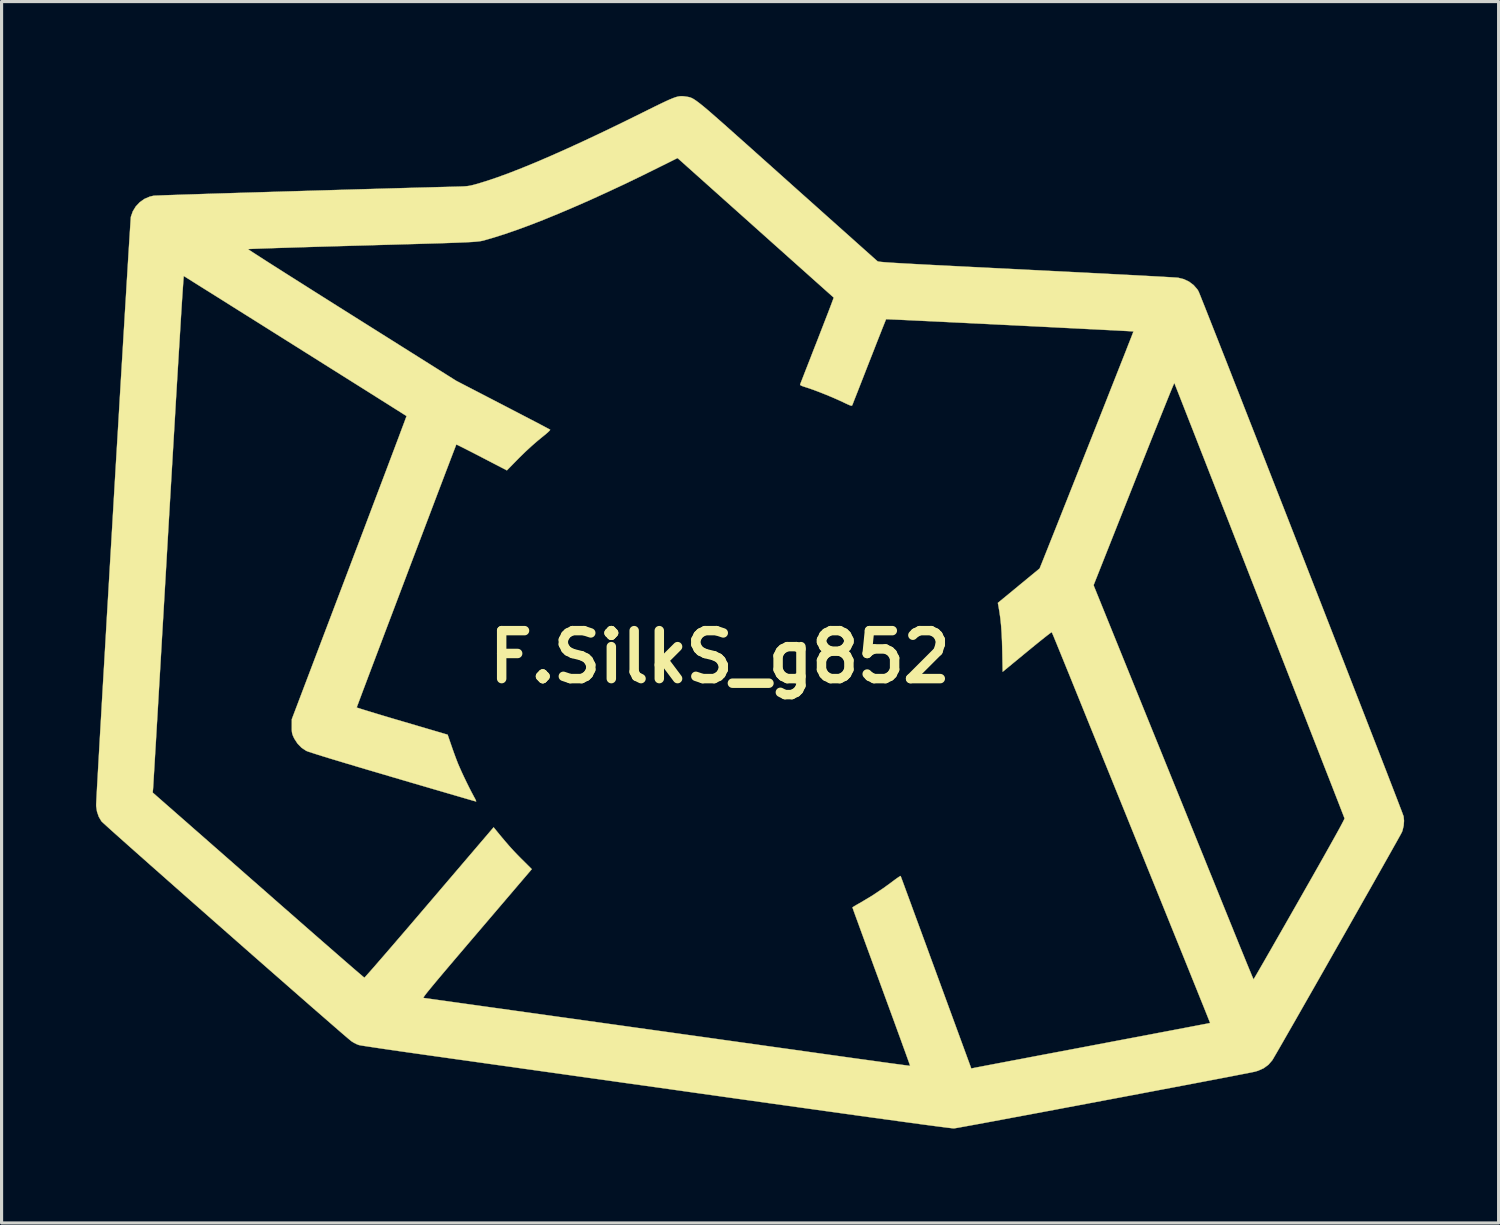
<source format=kicad_pcb>
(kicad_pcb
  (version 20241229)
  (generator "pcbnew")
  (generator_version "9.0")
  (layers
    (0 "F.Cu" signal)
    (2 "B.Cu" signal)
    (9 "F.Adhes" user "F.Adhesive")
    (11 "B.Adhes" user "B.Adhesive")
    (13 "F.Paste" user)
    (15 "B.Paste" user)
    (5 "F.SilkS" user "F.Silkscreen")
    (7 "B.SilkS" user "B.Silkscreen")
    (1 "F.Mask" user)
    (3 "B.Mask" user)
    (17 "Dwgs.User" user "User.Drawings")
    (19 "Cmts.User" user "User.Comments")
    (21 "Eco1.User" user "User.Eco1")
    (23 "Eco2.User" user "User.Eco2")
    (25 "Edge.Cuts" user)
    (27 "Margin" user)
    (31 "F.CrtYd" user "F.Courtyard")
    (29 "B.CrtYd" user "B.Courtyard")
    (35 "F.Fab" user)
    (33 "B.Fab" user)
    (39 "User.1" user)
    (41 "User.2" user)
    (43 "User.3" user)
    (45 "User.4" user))
  (footprint "F.SilkS_g852"
    (layer "F.Cu")
    (at 19.817 17.818)
    (property "Reference" "F.SilkS_g852" (at 0 0 0) (layer "F.SilkS") (effects (font (size 1.524 1.524) (thickness 0.3))))
    (attr through_hole)
    (fp_poly (pts (xy -1.181 -17.812) (xy -1.127 -17.807) (xy -1.074 -17.799) (xy -1.036 -17.793) (xy -1 -17.787) (xy -0.965 -17.779) (xy -0.929 -17.768) (xy -0.891 -17.752) (xy -0.848 -17.73) (xy -0.8 -17.7) (xy -0.744 -17.662) (xy -0.678 -17.613) (xy -0.601 -17.553) (xy -0.511 -17.48) (xy -0.406 -17.392) (xy -0.285 -17.288) (xy -0.146 -17.166) (xy 0.014 -17.026) (xy 0.195 -16.866) (xy 0.4 -16.683) (xy 0.63 -16.478) (xy 0.888 -16.249) (xy 1.174 -15.993) (xy 1.356 -15.83) (xy 1.662 -15.557) (xy 1.964 -15.287) (xy 2.262 -15.02) (xy 2.554 -14.759) (xy 2.839 -14.505) (xy 3.113 -14.26) (xy 3.376 -14.025) (xy 3.626 -13.802) (xy 3.861 -13.592) (xy 4.079 -13.398) (xy 4.279 -13.219) (xy 4.458 -13.059) (xy 4.616 -12.918) (xy 4.75 -12.799) (xy 4.858 -12.702) (xy 4.939 -12.63) (xy 4.992 -12.584) (xy 5.006 -12.571) (xy 5.013 -12.567) (xy 5.027 -12.562) (xy 5.048 -12.558) (xy 5.079 -12.553) (xy 5.121 -12.548) (xy 5.176 -12.543) (xy 5.245 -12.537) (xy 5.329 -12.531) (xy 5.432 -12.524) (xy 5.553 -12.516) (xy 5.695 -12.508) (xy 5.86 -12.498) (xy 6.049 -12.488) (xy 6.263 -12.476) (xy 6.505 -12.463) (xy 6.776 -12.449) (xy 7.077 -12.434) (xy 7.411 -12.417) (xy 7.778 -12.398) (xy 8.181 -12.378) (xy 8.62 -12.356) (xy 9.099 -12.332) (xy 9.618 -12.306) (xy 9.726 -12.3) (xy 10.17 -12.278) (xy 10.604 -12.256) (xy 11.026 -12.235) (xy 11.433 -12.214) (xy 11.825 -12.194) (xy 12.199 -12.175) (xy 12.553 -12.156) (xy 12.884 -12.139) (xy 13.192 -12.123) (xy 13.474 -12.108) (xy 13.728 -12.094) (xy 13.952 -12.082) (xy 14.144 -12.071) (xy 14.303 -12.062) (xy 14.425 -12.054) (xy 14.51 -12.049) (xy 14.554 -12.045) (xy 14.558 -12.045) (xy 14.739 -12) (xy 14.905 -11.921) (xy 15.05 -11.812) (xy 15.167 -11.678) (xy 15.203 -11.62) (xy 15.215 -11.593) (xy 15.242 -11.528) (xy 15.283 -11.426) (xy 15.337 -11.29) (xy 15.405 -11.121) (xy 15.484 -10.92) (xy 15.575 -10.69) (xy 15.677 -10.431) (xy 15.79 -10.145) (xy 15.912 -9.834) (xy 16.044 -9.5) (xy 16.184 -9.143) (xy 16.331 -8.766) (xy 16.487 -8.371) (xy 16.648 -7.958) (xy 16.816 -7.529) (xy 16.99 -7.086) (xy 17.168 -6.631) (xy 17.35 -6.165) (xy 17.536 -5.689) (xy 17.725 -5.206) (xy 17.917 -4.717) (xy 18.11 -4.223) (xy 18.304 -3.726) (xy 18.499 -3.227) (xy 18.693 -2.729) (xy 18.887 -2.232) (xy 19.08 -1.739) (xy 19.27 -1.251) (xy 19.458 -0.769) (xy 19.643 -0.295) (xy 19.824 0.169) (xy 20 0.622) (xy 20.171 1.062) (xy 20.337 1.487) (xy 20.497 1.897) (xy 20.649 2.289) (xy 20.794 2.662) (xy 20.931 3.014) (xy 21.059 3.344) (xy 21.178 3.65) (xy 21.286 3.931) (xy 21.384 4.184) (xy 21.471 4.409) (xy 21.546 4.604) (xy 21.608 4.767) (xy 21.658 4.896) (xy 21.693 4.99) (xy 21.714 5.048) (xy 21.721 5.067) (xy 21.734 5.206) (xy 21.723 5.359) (xy 21.688 5.508) (xy 21.669 5.562) (xy 21.654 5.59) (xy 21.62 5.654) (xy 21.567 5.749) (xy 21.497 5.875) (xy 21.41 6.029) (xy 21.309 6.209) (xy 21.195 6.412) (xy 21.068 6.637) (xy 20.93 6.881) (xy 20.783 7.142) (xy 20.627 7.418) (xy 20.463 7.706) (xy 20.294 8.005) (xy 20.12 8.312) (xy 19.942 8.626) (xy 19.762 8.943) (xy 19.58 9.262) (xy 19.399 9.58) (xy 19.22 9.896) (xy 19.043 10.207) (xy 18.87 10.511) (xy 18.702 10.805) (xy 18.54 11.089) (xy 18.387 11.358) (xy 18.242 11.612) (xy 18.107 11.847) (xy 17.983 12.063) (xy 17.873 12.256) (xy 17.776 12.424) (xy 17.694 12.566) (xy 17.628 12.679) (xy 17.581 12.76) (xy 17.552 12.808) (xy 17.545 12.818) (xy 17.426 12.956) (xy 17.276 13.066) (xy 17.096 13.146) (xy 16.994 13.176) (xy 16.95 13.185) (xy 16.867 13.202) (xy 16.748 13.226) (xy 16.595 13.255) (xy 16.41 13.291) (xy 16.196 13.333) (xy 15.955 13.379) (xy 15.689 13.43) (xy 15.4 13.485) (xy 15.092 13.544) (xy 14.765 13.606) (xy 14.423 13.671) (xy 14.067 13.738) (xy 13.7 13.808) (xy 13.325 13.879) (xy 12.942 13.951) (xy 12.556 14.024) (xy 12.168 14.097) (xy 11.779 14.17) (xy 11.394 14.243) (xy 11.013 14.314) (xy 10.64 14.385) (xy 10.276 14.453) (xy 9.923 14.519) (xy 9.585 14.582) (xy 9.263 14.642) (xy 8.96 14.699) (xy 8.677 14.752) (xy 8.418 14.8) (xy 8.184 14.843) (xy 7.977 14.881) (xy 7.801 14.913) (xy 7.657 14.939) (xy 7.547 14.959) (xy 7.475 14.971) (xy 7.441 14.976) (xy 7.44 14.977) (xy 7.407 14.975) (xy 7.336 14.967) (xy 7.227 14.954) (xy 7.078 14.935) (xy 6.891 14.911) (xy 6.665 14.881) (xy 6.399 14.846) (xy 6.095 14.804) (xy 5.75 14.757) (xy 5.365 14.704) (xy 4.941 14.646) (xy 4.476 14.582) (xy 3.97 14.511) (xy 3.424 14.435) (xy 2.837 14.353) (xy 2.208 14.265) (xy 1.539 14.172) (xy 0.828 14.072) (xy 0.328 14.002) (xy -0.239 13.922) (xy -0.809 13.842) (xy -1.38 13.761) (xy -1.949 13.681) (xy -2.514 13.602) (xy -3.072 13.524) (xy -3.622 13.446) (xy -4.161 13.371) (xy -4.687 13.297) (xy -5.197 13.225) (xy -5.689 13.156) (xy -6.161 13.09) (xy -6.61 13.026) (xy -7.035 12.967) (xy -7.433 12.911) (xy -7.801 12.859) (xy -8.137 12.812) (xy -8.439 12.77) (xy -8.705 12.732) (xy -8.932 12.7) (xy -9.012 12.689) (xy -9.325 12.645) (xy -9.627 12.602) (xy -9.917 12.561) (xy -10.19 12.522) (xy -10.445 12.485) (xy -10.678 12.451) (xy -10.886 12.42) (xy -11.068 12.393) (xy -11.219 12.37) (xy -11.338 12.352) (xy -11.421 12.338) (xy -11.465 12.329) (xy -11.47 12.328) (xy -11.543 12.299) (xy -11.629 12.255) (xy -11.698 12.212) (xy -11.729 12.187) (xy -11.79 12.137) (xy -11.879 12.061) (xy -11.995 11.962) (xy -12.135 11.841) (xy -12.298 11.699) (xy -12.482 11.539) (xy -12.686 11.361) (xy -12.909 11.168) (xy -13.147 10.959) (xy -13.4 10.738) (xy -13.666 10.505) (xy -13.943 10.262) (xy -14.23 10.011) (xy -14.525 9.752) (xy -14.826 9.488) (xy -15.132 9.219) (xy -15.44 8.948) (xy -15.75 8.675) (xy -16.06 8.403) (xy -16.367 8.132) (xy -16.671 7.865) (xy -16.969 7.602) (xy -17.26 7.345) (xy -17.542 7.096) (xy -17.813 6.856) (xy -18.073 6.627) (xy -18.318 6.409) (xy -18.549 6.205) (xy -18.762 6.016) (xy -18.956 5.843) (xy -19.129 5.689) (xy -19.281 5.553) (xy -19.408 5.439) (xy -19.51 5.346) (xy -19.585 5.278) (xy -19.631 5.235) (xy -19.645 5.22) (xy -19.729 5.078) (xy -19.785 4.915) (xy -19.811 4.744) (xy -19.812 4.704) (xy -19.811 4.667) (xy -19.807 4.588) (xy -19.801 4.472) (xy -19.793 4.318) (xy -19.792 4.308) (xy -18.018 4.308) (xy -17.534 4.733) (xy -17.466 4.792) (xy -17.368 4.878) (xy -17.243 4.988) (xy -17.091 5.121) (xy -16.916 5.274) (xy -16.719 5.448) (xy -16.501 5.638) (xy -16.266 5.845) (xy -16.014 6.066) (xy -15.748 6.299) (xy -15.47 6.543) (xy -15.182 6.796) (xy -14.886 7.056) (xy -14.583 7.321) (xy -14.276 7.591) (xy -14.184 7.672) (xy -13.884 7.935) (xy -13.592 8.19) (xy -13.311 8.437) (xy -13.041 8.673) (xy -12.785 8.897) (xy -12.543 9.108) (xy -12.318 9.304) (xy -12.11 9.485) (xy -11.923 9.648) (xy -11.756 9.793) (xy -11.613 9.917) (xy -11.493 10.02) (xy -11.4 10.099) (xy -11.335 10.155) (xy -11.298 10.184) (xy -11.291 10.189) (xy -11.275 10.174) (xy -11.233 10.128) (xy -11.166 10.053) (xy -11.076 9.951) (xy -10.965 9.825) (xy -10.835 9.674) (xy -10.686 9.503) (xy -10.52 9.311) (xy -10.339 9.101) (xy -10.145 8.875) (xy -9.938 8.635) (xy -9.721 8.381) (xy -9.495 8.117) (xy -9.261 7.843) (xy -9.226 7.802) (xy -7.186 5.413) (xy -7.119 5.495) (xy -6.96 5.69) (xy -6.819 5.857) (xy -6.692 6.004) (xy -6.572 6.137) (xy -6.453 6.263) (xy -6.33 6.389) (xy -6.294 6.424) (xy -5.974 6.742) (xy -7.717 8.785) (xy -7.976 9.088) (xy -8.209 9.362) (xy -8.417 9.606) (xy -8.601 9.823) (xy -8.762 10.013) (xy -8.902 10.179) (xy -9.023 10.323) (xy -9.124 10.445) (xy -9.208 10.547) (xy -9.276 10.63) (xy -9.329 10.697) (xy -9.368 10.749) (xy -9.395 10.787) (xy -9.411 10.812) (xy -9.416 10.827) (xy -9.414 10.833) (xy -9.413 10.833) (xy -9.387 10.837) (xy -9.322 10.846) (xy -9.219 10.86) (xy -9.08 10.88) (xy -8.908 10.904) (xy -8.705 10.932) (xy -8.473 10.965) (xy -8.213 11.001) (xy -7.929 11.041) (xy -7.621 11.084) (xy -7.293 11.13) (xy -6.947 11.178) (xy -6.584 11.229) (xy -6.207 11.282) (xy -5.817 11.336) (xy -5.588 11.368) (xy -5.163 11.428) (xy -4.732 11.488) (xy -4.297 11.549) (xy -3.863 11.61) (xy -3.433 11.67) (xy -3.011 11.729) (xy -2.6 11.787) (xy -2.203 11.842) (xy -1.824 11.895) (xy -1.467 11.945) (xy -1.135 11.992) (xy -0.831 12.034) (xy -0.56 12.072) (xy -0.324 12.105) (xy -0.159 12.128) (xy 0.107 12.166) (xy 0.409 12.208) (xy 0.74 12.255) (xy 1.095 12.304) (xy 1.468 12.357) (xy 1.853 12.411) (xy 2.243 12.465) (xy 2.633 12.52) (xy 3.016 12.574) (xy 3.386 12.626) (xy 3.738 12.675) (xy 3.765 12.679) (xy 4.07 12.722) (xy 4.363 12.763) (xy 4.642 12.801) (xy 4.903 12.837) (xy 5.144 12.871) (xy 5.363 12.901) (xy 5.556 12.927) (xy 5.721 12.949) (xy 5.855 12.967) (xy 5.955 12.98) (xy 6.02 12.988) (xy 6.045 12.991) (xy 6.045 12.991) (xy 6.039 12.97) (xy 6.019 12.913) (xy 5.986 12.82) (xy 5.941 12.695) (xy 5.885 12.539) (xy 5.818 12.356) (xy 5.743 12.147) (xy 5.658 11.915) (xy 5.566 11.662) (xy 5.467 11.391) (xy 5.362 11.104) (xy 5.252 10.804) (xy 5.138 10.492) (xy 5.132 10.476) (xy 5.018 10.164) (xy 4.907 9.863) (xy 4.802 9.575) (xy 4.702 9.303) (xy 4.609 9.049) (xy 4.524 8.816) (xy 4.447 8.605) (xy 4.38 8.42) (xy 4.322 8.263) (xy 4.276 8.136) (xy 4.242 8.041) (xy 4.221 7.981) (xy 4.213 7.959) (xy 4.213 7.959) (xy 4.231 7.945) (xy 4.279 7.915) (xy 4.35 7.873) (xy 4.438 7.823) (xy 4.461 7.811) (xy 4.83 7.59) (xy 5.205 7.34) (xy 5.466 7.149) (xy 5.557 7.081) (xy 5.636 7.024) (xy 5.697 6.983) (xy 5.734 6.961) (xy 5.743 6.96) (xy 5.751 6.981) (xy 5.773 7.04) (xy 5.808 7.134) (xy 5.855 7.261) (xy 5.913 7.42) (xy 5.982 7.607) (xy 6.061 7.822) (xy 6.148 8.061) (xy 6.244 8.322) (xy 6.348 8.604) (xy 6.458 8.904) (xy 6.574 9.219) (xy 6.694 9.549) (xy 6.82 9.89) (xy 6.869 10.025) (xy 7.987 13.075) (xy 8.063 13.059) (xy 8.091 13.053) (xy 8.159 13.04) (xy 8.264 13.02) (xy 8.405 12.993) (xy 8.578 12.96) (xy 8.783 12.921) (xy 9.016 12.877) (xy 9.276 12.827) (xy 9.56 12.774) (xy 9.867 12.715) (xy 10.193 12.653) (xy 10.538 12.588) (xy 10.899 12.52) (xy 11.273 12.449) (xy 11.659 12.376) (xy 11.853 12.339) (xy 12.243 12.265) (xy 12.622 12.193) (xy 12.987 12.124) (xy 13.337 12.058) (xy 13.669 11.995) (xy 13.982 11.935) (xy 14.273 11.88) (xy 14.54 11.829) (xy 14.781 11.783) (xy 14.995 11.742) (xy 15.178 11.707) (xy 15.329 11.678) (xy 15.446 11.656) (xy 15.526 11.64) (xy 15.569 11.632) (xy 15.575 11.63) (xy 15.567 11.611) (xy 15.545 11.553) (xy 15.508 11.46) (xy 15.457 11.332) (xy 15.393 11.172) (xy 15.316 10.981) (xy 15.227 10.761) (xy 15.128 10.514) (xy 15.017 10.24) (xy 14.897 9.942) (xy 14.768 9.622) (xy 14.63 9.281) (xy 14.484 8.921) (xy 14.331 8.543) (xy 14.172 8.149) (xy 14.007 7.741) (xy 13.837 7.321) (xy 13.662 6.89) (xy 13.609 6.76) (xy 13.426 6.306) (xy 13.242 5.853) (xy 13.059 5.402) (xy 12.879 4.956) (xy 12.701 4.518) (xy 12.527 4.088) (xy 12.358 3.671) (xy 12.194 3.268) (xy 12.038 2.881) (xy 11.889 2.513) (xy 11.748 2.167) (xy 11.617 1.843) (xy 11.497 1.546) (xy 11.388 1.277) (xy 11.291 1.038) (xy 11.208 0.833) (xy 11.139 0.662) (xy 11.098 0.561) (xy 11.006 0.336) (xy 10.919 0.122) (xy 10.838 -0.077) (xy 10.764 -0.258) (xy 10.699 -0.418) (xy 10.643 -0.553) (xy 10.599 -0.661) (xy 10.566 -0.737) (xy 10.548 -0.779) (xy 10.544 -0.787) (xy 10.526 -0.777) (xy 10.478 -0.742) (xy 10.404 -0.686) (xy 10.307 -0.61) (xy 10.191 -0.517) (xy 10.058 -0.41) (xy 9.912 -0.291) (xy 9.758 -0.165) (xy 8.985 0.472) (xy 8.972 -0.193) (xy 8.964 -0.496) (xy 8.951 -0.765) (xy 8.934 -1.007) (xy 8.911 -1.229) (xy 8.881 -1.439) (xy 8.851 -1.615) (xy 8.832 -1.716) (xy 9.491 -2.258) (xy 9.513 -2.277) (xy 11.872 -2.277) (xy 13.781 2.434) (xy 13.964 2.884) (xy 14.147 3.336) (xy 14.33 3.788) (xy 14.512 4.236) (xy 14.692 4.679) (xy 14.868 5.114) (xy 15.04 5.539) (xy 15.206 5.95) (xy 15.367 6.345) (xy 15.519 6.723) (xy 15.664 7.079) (xy 15.799 7.413) (xy 15.923 7.72) (xy 16.036 7.999) (xy 16.137 8.248) (xy 16.224 8.463) (xy 16.297 8.642) (xy 16.317 8.694) (xy 16.416 8.937) (xy 16.509 9.168) (xy 16.598 9.384) (xy 16.679 9.583) (xy 16.752 9.762) (xy 16.816 9.917) (xy 16.869 10.045) (xy 16.91 10.144) (xy 16.939 10.211) (xy 16.953 10.242) (xy 16.954 10.244) (xy 16.966 10.226) (xy 16.997 10.173) (xy 17.047 10.088) (xy 17.114 9.972) (xy 17.197 9.828) (xy 17.296 9.657) (xy 17.407 9.463) (xy 17.532 9.246) (xy 17.667 9.009) (xy 17.813 8.754) (xy 17.968 8.483) (xy 18.13 8.199) (xy 18.299 7.903) (xy 18.412 7.704) (xy 18.64 7.303) (xy 18.848 6.938) (xy 19.034 6.609) (xy 19.201 6.314) (xy 19.347 6.053) (xy 19.474 5.826) (xy 19.582 5.632) (xy 19.671 5.471) (xy 19.741 5.341) (xy 19.793 5.242) (xy 19.827 5.174) (xy 19.843 5.136) (xy 19.845 5.128) (xy 19.831 5.092) (xy 19.803 5.019) (xy 19.761 4.911) (xy 19.706 4.769) (xy 19.639 4.596) (xy 19.559 4.392) (xy 19.469 4.16) (xy 19.368 3.901) (xy 19.257 3.618) (xy 19.137 3.311) (xy 19.009 2.982) (xy 18.873 2.634) (xy 18.73 2.268) (xy 18.581 1.885) (xy 18.425 1.488) (xy 18.265 1.078) (xy 18.1 0.656) (xy 17.932 0.225) (xy 17.761 -0.213) (xy 17.587 -0.658) (xy 17.411 -1.107) (xy 17.235 -1.558) (xy 17.058 -2.011) (xy 16.881 -2.462) (xy 16.706 -2.911) (xy 16.532 -3.356) (xy 16.36 -3.795) (xy 16.192 -4.226) (xy 16.027 -4.647) (xy 15.866 -5.057) (xy 15.711 -5.455) (xy 15.561 -5.837) (xy 15.418 -6.204) (xy 15.281 -6.552) (xy 15.153 -6.881) (xy 15.033 -7.188) (xy 14.921 -7.472) (xy 14.82 -7.731) (xy 14.729 -7.963) (xy 14.649 -8.167) (xy 14.581 -8.34) (xy 14.525 -8.482) (xy 14.482 -8.591) (xy 14.454 -8.664) (xy 14.439 -8.7) (xy 14.438 -8.704) (xy 14.429 -8.686) (xy 14.405 -8.631) (xy 14.367 -8.54) (xy 14.316 -8.417) (xy 14.253 -8.262) (xy 14.179 -8.078) (xy 14.094 -7.867) (xy 13.999 -7.631) (xy 13.895 -7.372) (xy 13.783 -7.093) (xy 13.664 -6.794) (xy 13.538 -6.478) (xy 13.407 -6.148) (xy 13.27 -5.804) (xy 13.149 -5.497) (xy 11.872 -2.277) (xy 9.513 -2.277) (xy 9.634 -2.376) (xy 9.767 -2.486) (xy 9.886 -2.584) (xy 9.988 -2.668) (xy 10.069 -2.734) (xy 10.125 -2.781) (xy 10.154 -2.804) (xy 10.157 -2.807) (xy 10.166 -2.827) (xy 10.189 -2.884) (xy 10.226 -2.976) (xy 10.276 -3.1) (xy 10.337 -3.254) (xy 10.41 -3.436) (xy 10.492 -3.643) (xy 10.584 -3.873) (xy 10.684 -4.124) (xy 10.791 -4.394) (xy 10.904 -4.679) (xy 11.023 -4.978) (xy 11.146 -5.289) (xy 11.273 -5.609) (xy 11.402 -5.935) (xy 11.533 -6.267) (xy 11.665 -6.6) (xy 11.797 -6.933) (xy 11.928 -7.263) (xy 12.057 -7.589) (xy 12.183 -7.907) (xy 12.305 -8.216) (xy 12.422 -8.514) (xy 12.534 -8.797) (xy 12.639 -9.063) (xy 12.737 -9.311) (xy 12.827 -9.538) (xy 12.907 -9.741) (xy 12.976 -9.919) (xy 13.035 -10.068) (xy 13.082 -10.187) (xy 13.115 -10.274) (xy 13.135 -10.325) (xy 13.14 -10.339) (xy 13.118 -10.341) (xy 13.056 -10.345) (xy 12.958 -10.351) (xy 12.824 -10.358) (xy 12.659 -10.367) (xy 12.464 -10.377) (xy 12.242 -10.388) (xy 11.995 -10.401) (xy 11.726 -10.414) (xy 11.438 -10.429) (xy 11.134 -10.444) (xy 10.814 -10.46) (xy 10.483 -10.477) (xy 10.143 -10.494) (xy 9.796 -10.511) (xy 9.444 -10.529) (xy 9.091 -10.546) (xy 8.739 -10.563) (xy 8.39 -10.581) (xy 8.047 -10.597) (xy 7.713 -10.614) (xy 7.39 -10.629) (xy 7.08 -10.645) (xy 6.786 -10.659) (xy 6.511 -10.672) (xy 6.257 -10.684) (xy 6.026 -10.695) (xy 5.822 -10.705) (xy 5.647 -10.713) (xy 5.503 -10.719) (xy 5.393 -10.724) (xy 5.319 -10.727) (xy 5.284 -10.728) (xy 5.281 -10.728) (xy 5.272 -10.707) (xy 5.249 -10.65) (xy 5.213 -10.56) (xy 5.165 -10.441) (xy 5.108 -10.295) (xy 5.041 -10.126) (xy 4.966 -9.936) (xy 4.886 -9.73) (xy 4.8 -9.511) (xy 4.751 -9.387) (xy 4.662 -9.16) (xy 4.578 -8.944) (xy 4.499 -8.742) (xy 4.427 -8.558) (xy 4.363 -8.394) (xy 4.308 -8.255) (xy 4.264 -8.144) (xy 4.233 -8.063) (xy 4.215 -8.017) (xy 4.211 -8.007) (xy 4.203 -7.99) (xy 4.19 -7.981) (xy 4.167 -7.982) (xy 4.128 -7.995) (xy 4.065 -8.022) (xy 3.975 -8.064) (xy 3.907 -8.097) (xy 3.741 -8.173) (xy 3.557 -8.253) (xy 3.364 -8.333) (xy 3.173 -8.409) (xy 2.993 -8.477) (xy 2.835 -8.533) (xy 2.735 -8.565) (xy 2.642 -8.595) (xy 2.583 -8.619) (xy 2.555 -8.638) (xy 2.551 -8.656) (xy 2.551 -8.657) (xy 2.561 -8.681) (xy 2.584 -8.742) (xy 2.621 -8.836) (xy 2.669 -8.959) (xy 2.727 -9.109) (xy 2.795 -9.282) (xy 2.87 -9.474) (xy 2.951 -9.683) (xy 3.038 -9.905) (xy 3.095 -10.049) (xy 3.183 -10.277) (xy 3.267 -10.493) (xy 3.345 -10.694) (xy 3.416 -10.877) (xy 3.478 -11.038) (xy 3.53 -11.175) (xy 3.571 -11.285) (xy 3.6 -11.363) (xy 3.615 -11.407) (xy 3.617 -11.416) (xy 3.6 -11.431) (xy 3.553 -11.473) (xy 3.479 -11.539) (xy 3.38 -11.627) (xy 3.258 -11.736) (xy 3.116 -11.863) (xy 2.954 -12.007) (xy 2.777 -12.166) (xy 2.585 -12.337) (xy 2.381 -12.519) (xy 2.167 -12.71) (xy 1.946 -12.908) (xy 1.719 -13.11) (xy 1.489 -13.316) (xy 1.257 -13.523) (xy 1.027 -13.729) (xy 0.8 -13.932) (xy 0.578 -14.13) (xy 0.363 -14.322) (xy 0.158 -14.505) (xy -0.035 -14.678) (xy -0.148 -14.779) (xy -1.344 -15.848) (xy -1.91 -15.566) (xy -2.482 -15.283) (xy -3.042 -15.013) (xy -3.589 -14.758) (xy -4.119 -14.516) (xy -4.632 -14.291) (xy -5.123 -14.082) (xy -5.592 -13.89) (xy -6.036 -13.717) (xy -6.452 -13.564) (xy -6.838 -13.431) (xy -7.192 -13.319) (xy -7.365 -13.269) (xy -7.405 -13.258) (xy -7.44 -13.247) (xy -7.472 -13.238) (xy -7.504 -13.229) (xy -7.536 -13.221) (xy -7.571 -13.214) (xy -7.611 -13.207) (xy -7.657 -13.201) (xy -7.711 -13.195) (xy -7.776 -13.189) (xy -7.853 -13.183) (xy -7.945 -13.178) (xy -8.052 -13.172) (xy -8.176 -13.167) (xy -8.321 -13.161) (xy -8.487 -13.155) (xy -8.676 -13.148) (xy -8.891 -13.141) (xy -9.133 -13.134) (xy -9.404 -13.126) (xy -9.705 -13.117) (xy -10.04 -13.108) (xy -10.409 -13.097) (xy -10.815 -13.086) (xy -11.259 -13.073) (xy -11.743 -13.06) (xy -11.79 -13.058) (xy -12.154 -13.048) (xy -12.506 -13.038) (xy -12.845 -13.028) (xy -13.167 -13.018) (xy -13.471 -13.009) (xy -13.754 -13) (xy -14.014 -12.992) (xy -14.248 -12.984) (xy -14.454 -12.977) (xy -14.631 -12.971) (xy -14.775 -12.966) (xy -14.884 -12.961) (xy -14.956 -12.958) (xy -14.989 -12.956) (xy -14.991 -12.955) (xy -14.975 -12.943) (xy -14.925 -12.909) (xy -14.842 -12.855) (xy -14.729 -12.782) (xy -14.587 -12.691) (xy -14.418 -12.582) (xy -14.224 -12.458) (xy -14.006 -12.32) (xy -13.766 -12.167) (xy -13.506 -12.003) (xy -13.228 -11.827) (xy -12.933 -11.64) (xy -12.624 -11.445) (xy -12.301 -11.241) (xy -11.967 -11.031) (xy -11.689 -10.856) (xy -8.371 -8.769) (xy -6.89 -8.002) (xy -6.657 -7.881) (xy -6.435 -7.766) (xy -6.226 -7.657) (xy -6.034 -7.557) (xy -5.862 -7.468) (xy -5.712 -7.389) (xy -5.587 -7.323) (xy -5.491 -7.272) (xy -5.425 -7.237) (xy -5.393 -7.22) (xy -5.39 -7.218) (xy -5.399 -7.199) (xy -5.436 -7.161) (xy -5.495 -7.107) (xy -5.57 -7.044) (xy -5.581 -7.036) (xy -5.786 -6.868) (xy -5.979 -6.7) (xy -6.17 -6.524) (xy -6.371 -6.328) (xy -6.467 -6.23) (xy -6.765 -5.926) (xy -7.564 -6.341) (xy -7.734 -6.429) (xy -7.891 -6.51) (xy -8.033 -6.582) (xy -8.155 -6.644) (xy -8.254 -6.693) (xy -8.325 -6.728) (xy -8.365 -6.746) (xy -8.372 -6.748) (xy -8.38 -6.728) (xy -8.402 -6.67) (xy -8.438 -6.577) (xy -8.486 -6.451) (xy -8.546 -6.295) (xy -8.616 -6.11) (xy -8.697 -5.899) (xy -8.786 -5.664) (xy -8.884 -5.407) (xy -8.989 -5.131) (xy -9.1 -4.837) (xy -9.217 -4.528) (xy -9.339 -4.207) (xy -9.465 -3.874) (xy -9.594 -3.534) (xy -9.726 -3.187) (xy -9.859 -2.837) (xy -9.992 -2.484) (xy -10.125 -2.133) (xy -10.257 -1.784) (xy -10.387 -1.44) (xy -10.515 -1.103) (xy -10.639 -0.776) (xy -10.758 -0.46) (xy -10.872 -0.159) (xy -10.98 0.127) (xy -11.081 0.394) (xy -11.174 0.64) (xy -11.258 0.864) (xy -11.333 1.062) (xy -11.397 1.233) (xy -11.45 1.375) (xy -11.491 1.485) (xy -11.52 1.561) (xy -11.534 1.6) (xy -11.536 1.606) (xy -11.516 1.614) (xy -11.459 1.633) (xy -11.367 1.662) (xy -11.245 1.7) (xy -11.095 1.746) (xy -10.921 1.799) (xy -10.725 1.858) (xy -10.511 1.922) (xy -10.282 1.99) (xy -10.091 2.046) (xy -8.647 2.471) (xy -8.528 2.818) (xy -8.481 2.953) (xy -8.43 3.095) (xy -8.38 3.23) (xy -8.336 3.344) (xy -8.319 3.387) (xy -8.267 3.508) (xy -8.202 3.654) (xy -8.127 3.815) (xy -8.047 3.981) (xy -7.968 4.141) (xy -7.894 4.286) (xy -7.83 4.406) (xy -7.812 4.44) (xy -7.774 4.509) (xy -7.749 4.562) (xy -7.741 4.591) (xy -7.743 4.593) (xy -7.765 4.587) (xy -7.826 4.57) (xy -7.922 4.543) (xy -8.052 4.505) (xy -8.212 4.458) (xy -8.401 4.403) (xy -8.617 4.34) (xy -8.855 4.27) (xy -9.116 4.194) (xy -9.395 4.112) (xy -9.69 4.026) (xy -10 3.935) (xy -10.321 3.84) (xy -10.384 3.822) (xy -10.799 3.699) (xy -11.184 3.586) (xy -11.537 3.481) (xy -11.858 3.385) (xy -12.145 3.298) (xy -12.399 3.222) (xy -12.616 3.155) (xy -12.798 3.098) (xy -12.942 3.052) (xy -13.049 3.017) (xy -13.116 2.993) (xy -13.138 2.984) (xy -13.285 2.887) (xy -13.414 2.755) (xy -13.517 2.597) (xy -13.532 2.566) (xy -13.563 2.498) (xy -13.582 2.442) (xy -13.593 2.385) (xy -13.598 2.313) (xy -13.598 2.213) (xy -13.598 2.201) (xy -13.597 1.979) (xy -11.771 -2.833) (xy -11.607 -3.267) (xy -11.446 -3.69) (xy -11.29 -4.101) (xy -11.14 -4.498) (xy -10.996 -4.88) (xy -10.858 -5.244) (xy -10.727 -5.589) (xy -10.604 -5.914) (xy -10.49 -6.217) (xy -10.385 -6.495) (xy -10.29 -6.747) (xy -10.205 -6.972) (xy -10.132 -7.168) (xy -10.07 -7.333) (xy -10.02 -7.466) (xy -9.984 -7.564) (xy -9.961 -7.626) (xy -9.952 -7.651) (xy -9.952 -7.651) (xy -9.971 -7.664) (xy -10.024 -7.697) (xy -10.109 -7.751) (xy -10.223 -7.823) (xy -10.365 -7.912) (xy -10.532 -8.018) (xy -10.722 -8.137) (xy -10.934 -8.271) (xy -11.164 -8.416) (xy -11.412 -8.572) (xy -11.675 -8.737) (xy -11.95 -8.91) (xy -12.236 -9.09) (xy -12.531 -9.275) (xy -12.832 -9.465) (xy -13.138 -9.657) (xy -13.446 -9.851) (xy -13.755 -10.045) (xy -14.062 -10.238) (xy -14.364 -10.428) (xy -14.661 -10.615) (xy -14.95 -10.796) (xy -15.229 -10.971) (xy -15.495 -11.138) (xy -15.747 -11.297) (xy -15.983 -11.445) (xy -16.2 -11.581) (xy -16.397 -11.704) (xy -16.571 -11.813) (xy -16.72 -11.907) (xy -16.842 -11.984) (xy -16.935 -12.042) (xy -16.997 -12.081) (xy -17.027 -12.099) (xy -17.029 -12.1) (xy -17.032 -12.079) (xy -17.037 -12.017) (xy -17.045 -11.914) (xy -17.055 -11.769) (xy -17.068 -11.583) (xy -17.083 -11.358) (xy -17.1 -11.092) (xy -17.119 -10.787) (xy -17.14 -10.443) (xy -17.163 -10.06) (xy -17.189 -9.639) (xy -17.217 -9.18) (xy -17.247 -8.684) (xy -17.279 -8.15) (xy -17.312 -7.58) (xy -17.348 -6.973) (xy -17.386 -6.331) (xy -17.426 -5.653) (xy -17.468 -4.94) (xy -17.512 -4.192) (xy -17.523 -4.006) (xy -17.557 -3.422) (xy -17.59 -2.849) (xy -17.623 -2.287) (xy -17.655 -1.739) (xy -17.686 -1.205) (xy -17.717 -0.688) (xy -17.746 -0.188) (xy -17.774 0.292) (xy -17.801 0.752) (xy -17.827 1.19) (xy -17.851 1.604) (xy -17.874 1.994) (xy -17.896 2.356) (xy -17.915 2.691) (xy -17.934 2.997) (xy -17.95 3.271) (xy -17.964 3.513) (xy -17.977 3.721) (xy -17.987 3.894) (xy -17.995 4.03) (xy -18.001 4.128) (xy -18.005 4.186) (xy -18.006 4.202) (xy -18.018 4.308) (xy -19.792 4.308) (xy -19.783 4.13) (xy -19.77 3.908) (xy -19.756 3.654) (xy -19.74 3.369) (xy -19.722 3.056) (xy -19.703 2.717) (xy -19.682 2.352) (xy -19.659 1.963) (xy -19.636 1.552) (xy -19.611 1.121) (xy -19.585 0.672) (xy -19.557 0.205) (xy -19.529 -0.277) (xy -19.5 -0.773) (xy -19.471 -1.28) (xy -19.44 -1.798) (xy -19.409 -2.325) (xy -19.378 -2.859) (xy -19.346 -3.398) (xy -19.314 -3.941) (xy -19.282 -4.487) (xy -19.25 -5.032) (xy -19.218 -5.577) (xy -19.186 -6.118) (xy -19.154 -6.655) (xy -19.122 -7.186) (xy -19.091 -7.709) (xy -19.061 -8.223) (xy -19.031 -8.725) (xy -19.002 -9.215) (xy -18.973 -9.69) (xy -18.946 -10.149) (xy -18.919 -10.591) (xy -18.894 -11.013) (xy -18.869 -11.414) (xy -18.847 -11.792) (xy -18.825 -12.146) (xy -18.805 -12.474) (xy -18.787 -12.774) (xy -18.77 -13.045) (xy -18.755 -13.285) (xy -18.742 -13.492) (xy -18.731 -13.665) (xy -18.722 -13.802) (xy -18.715 -13.902) (xy -18.711 -13.962) (xy -18.709 -13.981) (xy -18.648 -14.155) (xy -18.552 -14.312) (xy -18.426 -14.445) (xy -18.277 -14.55) (xy -18.108 -14.622) (xy -17.988 -14.65) (xy -17.957 -14.652) (xy -17.886 -14.655) (xy -17.777 -14.659) (xy -17.633 -14.665) (xy -17.455 -14.671) (xy -17.246 -14.678) (xy -17.008 -14.686) (xy -16.743 -14.694) (xy -16.454 -14.704) (xy -16.143 -14.714) (xy -15.812 -14.724) (xy -15.463 -14.735) (xy -15.099 -14.746) (xy -14.721 -14.757) (xy -14.332 -14.769) (xy -13.935 -14.781) (xy -13.531 -14.793) (xy -13.123 -14.805) (xy -12.712 -14.817) (xy -12.302 -14.829) (xy -11.894 -14.841) (xy -11.491 -14.853) (xy -11.094 -14.864) (xy -10.707 -14.875) (xy -10.331 -14.886) (xy -9.969 -14.896) (xy -9.622 -14.906) (xy -9.294 -14.914) (xy -8.985 -14.923) (xy -8.699 -14.93) (xy -8.477 -14.936) (xy -8.32 -14.94) (xy -8.197 -14.944) (xy -8.1 -14.949) (xy -8.021 -14.956) (xy -7.953 -14.966) (xy -7.887 -14.98) (xy -7.814 -14.998) (xy -7.728 -15.022) (xy -7.726 -15.022) (xy -7.413 -15.117) (xy -7.066 -15.234) (xy -6.684 -15.374) (xy -6.268 -15.537) (xy -5.819 -15.722) (xy -5.338 -15.929) (xy -4.824 -16.158) (xy -4.278 -16.409) (xy -3.702 -16.681) (xy -3.095 -16.974) (xy -2.466 -17.284) (xy -2.231 -17.401) (xy -2.031 -17.5) (xy -1.861 -17.582) (xy -1.718 -17.65) (xy -1.599 -17.704) (xy -1.5 -17.745) (xy -1.417 -17.776) (xy -1.348 -17.796) (xy -1.287 -17.808) (xy -1.233 -17.813) (xy -1.181 -17.812)) (stroke (width 0.01) (type solid)) (fill yes) (layer "F.SilkS")))
  (gr_rect
    (start -3 -3)
    (end 44.556 35.8)
    (stroke (width 0.1) (type default))
    (fill no)
    (layer "Edge.Cuts")))
</source>
